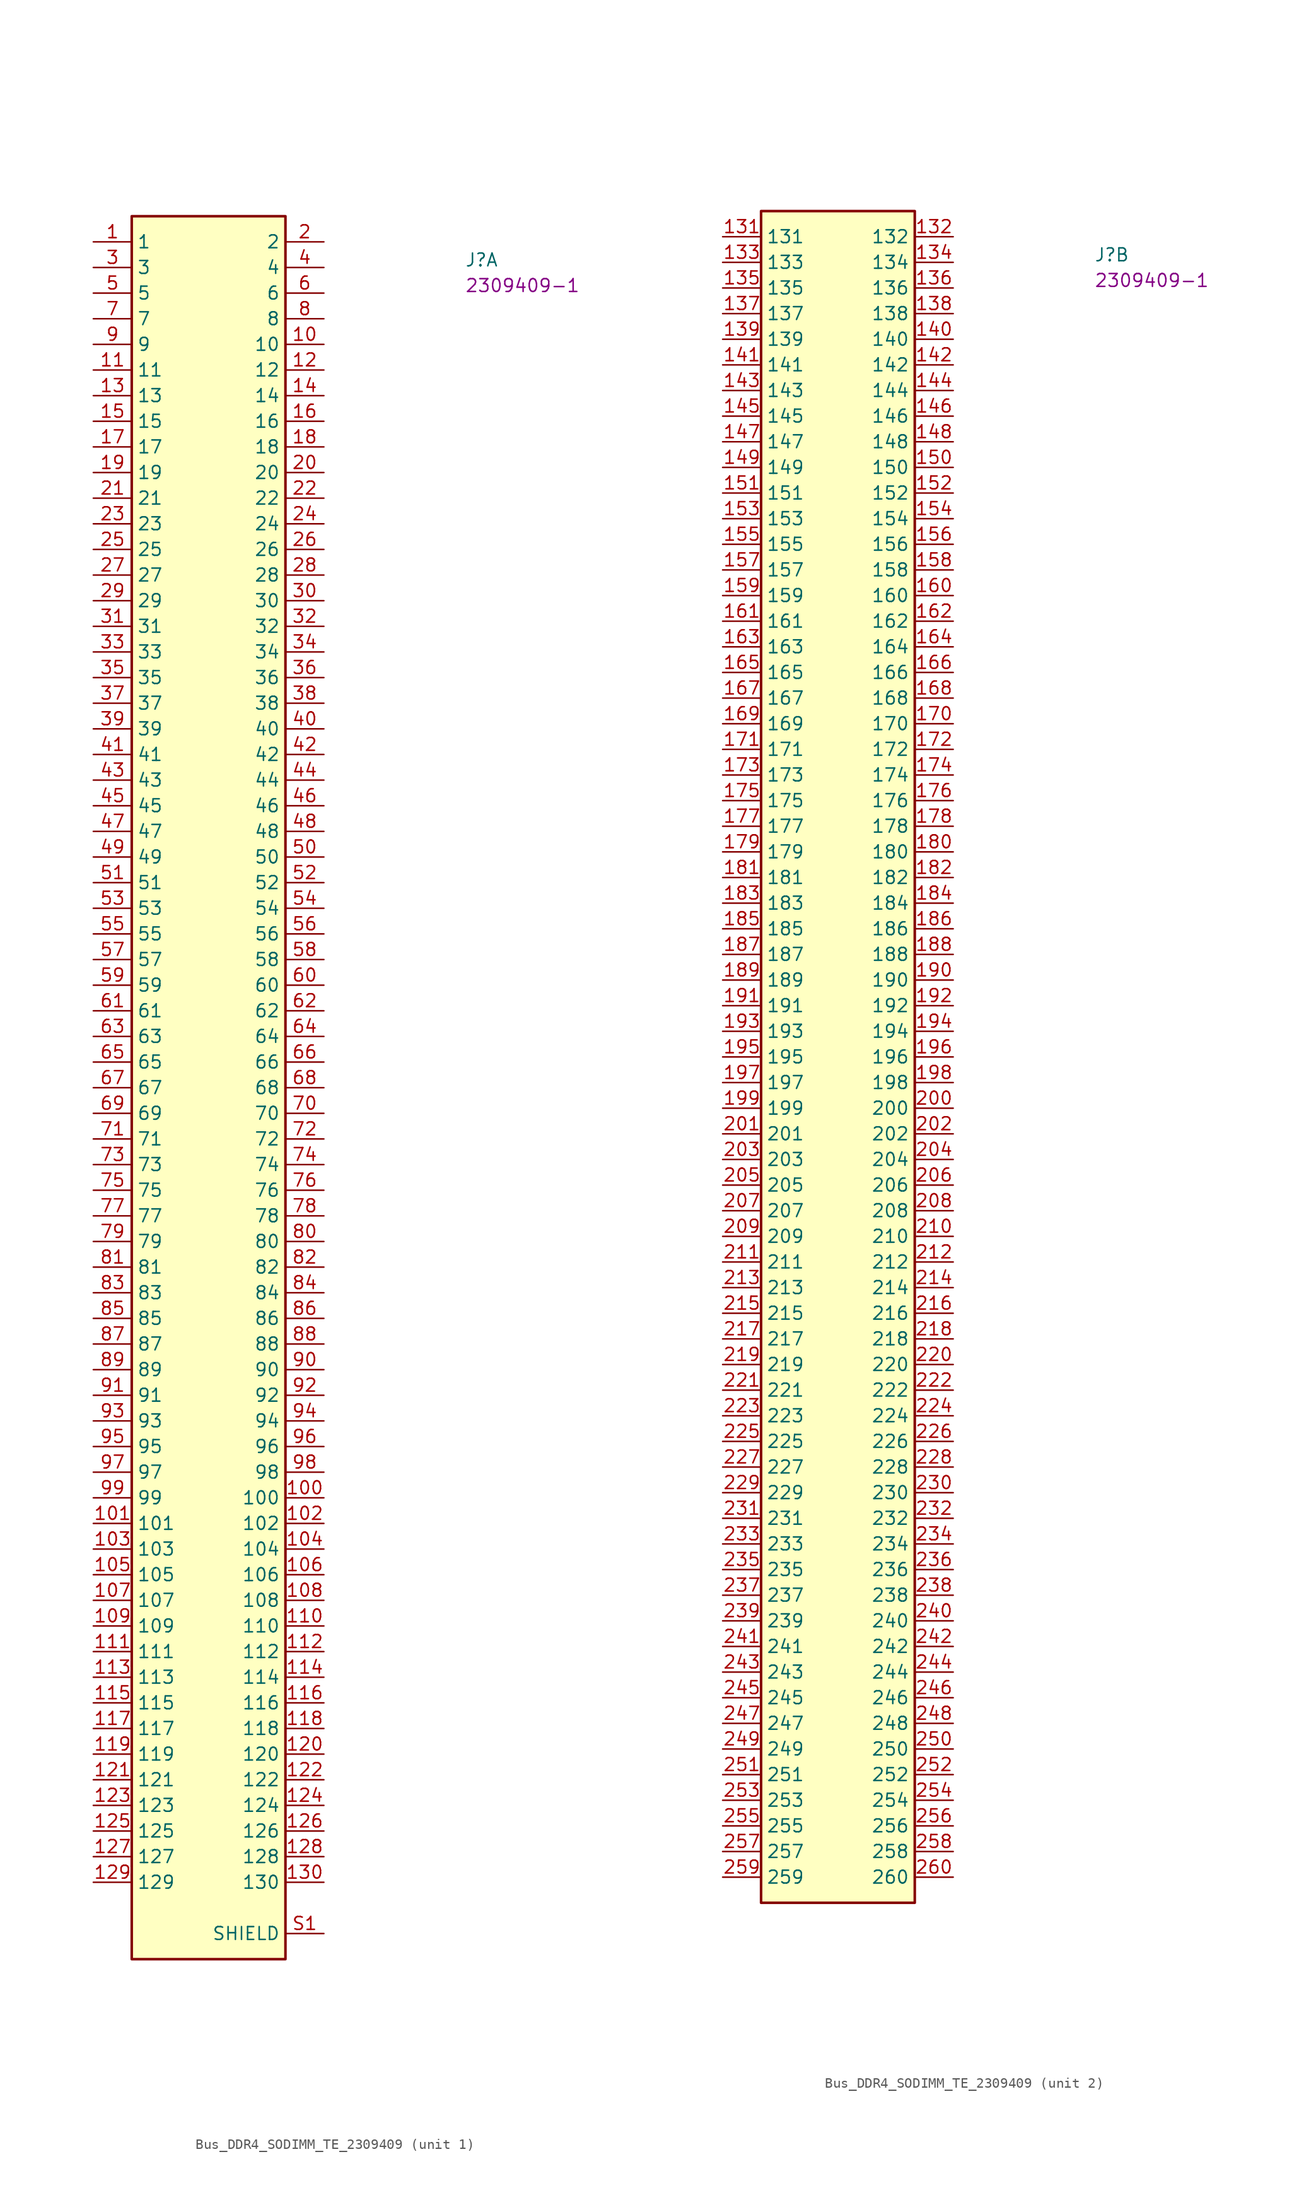
<source format=kicad_sym>
(kicad_symbol_lib
  (version 20220914)
  (generator kicad_symbol_editor)
  (symbol "Bus_DDR4_SODIMM_TE_2309409"
    (property "Reference" "J"
      (at 36.83 -2.54 0)
      (effects (font (size 1.27 1.27) (thickness 0.15)) (justify left bottom)))
    (property "MPN" "2309409-1"
      (at 36.83 -5.08 0)
      (effects (font (size 1.27 1.27) (thickness 0.15)) (justify left bottom)))
    (property "ki_locked" ""
      (at 0 0 0)
      (effects (font (size 1.27 1.27))))
    (symbol "Bus_DDR4_SODIMM_TE_2309409_1_1"
      (rectangle (start 3.81 2.54) (end 19.05 -170.18) (stroke (width 0.254) (type default)) (fill (type background)))
      (pin passive line (at 0 0 0) (length 3.81) (name "1" (effects (font (size 1.27 1.27)))) (number "1" (effects (font (size 1.27 1.27)))))
      (pin passive line (at 22.86 -10.16 180) (length 3.81) (name "10" (effects (font (size 1.27 1.27)))) (number "10" (effects (font (size 1.27 1.27)))))
      (pin passive line (at 22.86 -124.46 180) (length 3.81) (name "100" (effects (font (size 1.27 1.27)))) (number "100" (effects (font (size 1.27 1.27)))))
      (pin passive line (at 0 -127 0) (length 3.81) (name "101" (effects (font (size 1.27 1.27)))) (number "101" (effects (font (size 1.27 1.27)))))
      (pin passive line (at 22.86 -127 180) (length 3.81) (name "102" (effects (font (size 1.27 1.27)))) (number "102" (effects (font (size 1.27 1.27)))))
      (pin passive line (at 0 -129.54 0) (length 3.81) (name "103" (effects (font (size 1.27 1.27)))) (number "103" (effects (font (size 1.27 1.27)))))
      (pin passive line (at 22.86 -129.54 180) (length 3.81) (name "104" (effects (font (size 1.27 1.27)))) (number "104" (effects (font (size 1.27 1.27)))))
      (pin passive line (at 0 -132.08 0) (length 3.81) (name "105" (effects (font (size 1.27 1.27)))) (number "105" (effects (font (size 1.27 1.27)))))
      (pin passive line (at 22.86 -132.08 180) (length 3.81) (name "106" (effects (font (size 1.27 1.27)))) (number "106" (effects (font (size 1.27 1.27)))))
      (pin passive line (at 0 -134.62 0) (length 3.81) (name "107" (effects (font (size 1.27 1.27)))) (number "107" (effects (font (size 1.27 1.27)))))
      (pin passive line (at 22.86 -134.62 180) (length 3.81) (name "108" (effects (font (size 1.27 1.27)))) (number "108" (effects (font (size 1.27 1.27)))))
      (pin passive line (at 0 -137.16 0) (length 3.81) (name "109" (effects (font (size 1.27 1.27)))) (number "109" (effects (font (size 1.27 1.27)))))
      (pin passive line (at 0 -12.7 0) (length 3.81) (name "11" (effects (font (size 1.27 1.27)))) (number "11" (effects (font (size 1.27 1.27)))))
      (pin passive line (at 22.86 -137.16 180) (length 3.81) (name "110" (effects (font (size 1.27 1.27)))) (number "110" (effects (font (size 1.27 1.27)))))
      (pin passive line (at 0 -139.7 0) (length 3.81) (name "111" (effects (font (size 1.27 1.27)))) (number "111" (effects (font (size 1.27 1.27)))))
      (pin passive line (at 22.86 -139.7 180) (length 3.81) (name "112" (effects (font (size 1.27 1.27)))) (number "112" (effects (font (size 1.27 1.27)))))
      (pin passive line (at 0 -142.24 0) (length 3.81) (name "113" (effects (font (size 1.27 1.27)))) (number "113" (effects (font (size 1.27 1.27)))))
      (pin passive line (at 22.86 -142.24 180) (length 3.81) (name "114" (effects (font (size 1.27 1.27)))) (number "114" (effects (font (size 1.27 1.27)))))
      (pin passive line (at 0 -144.78 0) (length 3.81) (name "115" (effects (font (size 1.27 1.27)))) (number "115" (effects (font (size 1.27 1.27)))))
      (pin passive line (at 22.86 -144.78 180) (length 3.81) (name "116" (effects (font (size 1.27 1.27)))) (number "116" (effects (font (size 1.27 1.27)))))
      (pin passive line (at 0 -147.32 0) (length 3.81) (name "117" (effects (font (size 1.27 1.27)))) (number "117" (effects (font (size 1.27 1.27)))))
      (pin passive line (at 22.86 -147.32 180) (length 3.81) (name "118" (effects (font (size 1.27 1.27)))) (number "118" (effects (font (size 1.27 1.27)))))
      (pin passive line (at 0 -149.86 0) (length 3.81) (name "119" (effects (font (size 1.27 1.27)))) (number "119" (effects (font (size 1.27 1.27)))))
      (pin passive line (at 22.86 -12.7 180) (length 3.81) (name "12" (effects (font (size 1.27 1.27)))) (number "12" (effects (font (size 1.27 1.27)))))
      (pin passive line (at 22.86 -149.86 180) (length 3.81) (name "120" (effects (font (size 1.27 1.27)))) (number "120" (effects (font (size 1.27 1.27)))))
      (pin passive line (at 0 -152.4 0) (length 3.81) (name "121" (effects (font (size 1.27 1.27)))) (number "121" (effects (font (size 1.27 1.27)))))
      (pin passive line (at 22.86 -152.4 180) (length 3.81) (name "122" (effects (font (size 1.27 1.27)))) (number "122" (effects (font (size 1.27 1.27)))))
      (pin passive line (at 0 -154.94 0) (length 3.81) (name "123" (effects (font (size 1.27 1.27)))) (number "123" (effects (font (size 1.27 1.27)))))
      (pin passive line (at 22.86 -154.94 180) (length 3.81) (name "124" (effects (font (size 1.27 1.27)))) (number "124" (effects (font (size 1.27 1.27)))))
      (pin passive line (at 0 -157.48 0) (length 3.81) (name "125" (effects (font (size 1.27 1.27)))) (number "125" (effects (font (size 1.27 1.27)))))
      (pin passive line (at 22.86 -157.48 180) (length 3.81) (name "126" (effects (font (size 1.27 1.27)))) (number "126" (effects (font (size 1.27 1.27)))))
      (pin passive line (at 0 -160.02 0) (length 3.81) (name "127" (effects (font (size 1.27 1.27)))) (number "127" (effects (font (size 1.27 1.27)))))
      (pin passive line (at 22.86 -160.02 180) (length 3.81) (name "128" (effects (font (size 1.27 1.27)))) (number "128" (effects (font (size 1.27 1.27)))))
      (pin passive line (at 0 -162.56 0) (length 3.81) (name "129" (effects (font (size 1.27 1.27)))) (number "129" (effects (font (size 1.27 1.27)))))
      (pin passive line (at 0 -15.24 0) (length 3.81) (name "13" (effects (font (size 1.27 1.27)))) (number "13" (effects (font (size 1.27 1.27)))))
      (pin passive line (at 22.86 -162.56 180) (length 3.81) (name "130" (effects (font (size 1.27 1.27)))) (number "130" (effects (font (size 1.27 1.27)))))
      (pin passive line (at 22.86 -15.24 180) (length 3.81) (name "14" (effects (font (size 1.27 1.27)))) (number "14" (effects (font (size 1.27 1.27)))))
      (pin passive line (at 0 -17.78 0) (length 3.81) (name "15" (effects (font (size 1.27 1.27)))) (number "15" (effects (font (size 1.27 1.27)))))
      (pin passive line (at 22.86 -17.78 180) (length 3.81) (name "16" (effects (font (size 1.27 1.27)))) (number "16" (effects (font (size 1.27 1.27)))))
      (pin passive line (at 0 -20.32 0) (length 3.81) (name "17" (effects (font (size 1.27 1.27)))) (number "17" (effects (font (size 1.27 1.27)))))
      (pin passive line (at 22.86 -20.32 180) (length 3.81) (name "18" (effects (font (size 1.27 1.27)))) (number "18" (effects (font (size 1.27 1.27)))))
      (pin passive line (at 0 -22.86 0) (length 3.81) (name "19" (effects (font (size 1.27 1.27)))) (number "19" (effects (font (size 1.27 1.27)))))
      (pin passive line (at 22.86 0 180) (length 3.81) (name "2" (effects (font (size 1.27 1.27)))) (number "2" (effects (font (size 1.27 1.27)))))
      (pin passive line (at 22.86 -22.86 180) (length 3.81) (name "20" (effects (font (size 1.27 1.27)))) (number "20" (effects (font (size 1.27 1.27)))))
      (pin passive line (at 0 -25.4 0) (length 3.81) (name "21" (effects (font (size 1.27 1.27)))) (number "21" (effects (font (size 1.27 1.27)))))
      (pin passive line (at 22.86 -25.4 180) (length 3.81) (name "22" (effects (font (size 1.27 1.27)))) (number "22" (effects (font (size 1.27 1.27)))))
      (pin passive line (at 0 -27.94 0) (length 3.81) (name "23" (effects (font (size 1.27 1.27)))) (number "23" (effects (font (size 1.27 1.27)))))
      (pin passive line (at 22.86 -27.94 180) (length 3.81) (name "24" (effects (font (size 1.27 1.27)))) (number "24" (effects (font (size 1.27 1.27)))))
      (pin passive line (at 0 -30.48 0) (length 3.81) (name "25" (effects (font (size 1.27 1.27)))) (number "25" (effects (font (size 1.27 1.27)))))
      (pin passive line (at 22.86 -30.48 180) (length 3.81) (name "26" (effects (font (size 1.27 1.27)))) (number "26" (effects (font (size 1.27 1.27)))))
      (pin passive line (at 0 -33.02 0) (length 3.81) (name "27" (effects (font (size 1.27 1.27)))) (number "27" (effects (font (size 1.27 1.27)))))
      (pin passive line (at 22.86 -33.02 180) (length 3.81) (name "28" (effects (font (size 1.27 1.27)))) (number "28" (effects (font (size 1.27 1.27)))))
      (pin passive line (at 0 -35.56 0) (length 3.81) (name "29" (effects (font (size 1.27 1.27)))) (number "29" (effects (font (size 1.27 1.27)))))
      (pin passive line (at 0 -2.54 0) (length 3.81) (name "3" (effects (font (size 1.27 1.27)))) (number "3" (effects (font (size 1.27 1.27)))))
      (pin passive line (at 22.86 -35.56 180) (length 3.81) (name "30" (effects (font (size 1.27 1.27)))) (number "30" (effects (font (size 1.27 1.27)))))
      (pin passive line (at 0 -38.1 0) (length 3.81) (name "31" (effects (font (size 1.27 1.27)))) (number "31" (effects (font (size 1.27 1.27)))))
      (pin passive line (at 22.86 -38.1 180) (length 3.81) (name "32" (effects (font (size 1.27 1.27)))) (number "32" (effects (font (size 1.27 1.27)))))
      (pin passive line (at 0 -40.64 0) (length 3.81) (name "33" (effects (font (size 1.27 1.27)))) (number "33" (effects (font (size 1.27 1.27)))))
      (pin passive line (at 22.86 -40.64 180) (length 3.81) (name "34" (effects (font (size 1.27 1.27)))) (number "34" (effects (font (size 1.27 1.27)))))
      (pin passive line (at 0 -43.18 0) (length 3.81) (name "35" (effects (font (size 1.27 1.27)))) (number "35" (effects (font (size 1.27 1.27)))))
      (pin passive line (at 22.86 -43.18 180) (length 3.81) (name "36" (effects (font (size 1.27 1.27)))) (number "36" (effects (font (size 1.27 1.27)))))
      (pin passive line (at 0 -45.72 0) (length 3.81) (name "37" (effects (font (size 1.27 1.27)))) (number "37" (effects (font (size 1.27 1.27)))))
      (pin passive line (at 22.86 -45.72 180) (length 3.81) (name "38" (effects (font (size 1.27 1.27)))) (number "38" (effects (font (size 1.27 1.27)))))
      (pin passive line (at 0 -48.26 0) (length 3.81) (name "39" (effects (font (size 1.27 1.27)))) (number "39" (effects (font (size 1.27 1.27)))))
      (pin passive line (at 22.86 -2.54 180) (length 3.81) (name "4" (effects (font (size 1.27 1.27)))) (number "4" (effects (font (size 1.27 1.27)))))
      (pin passive line (at 22.86 -48.26 180) (length 3.81) (name "40" (effects (font (size 1.27 1.27)))) (number "40" (effects (font (size 1.27 1.27)))))
      (pin passive line (at 0 -50.8 0) (length 3.81) (name "41" (effects (font (size 1.27 1.27)))) (number "41" (effects (font (size 1.27 1.27)))))
      (pin passive line (at 22.86 -50.8 180) (length 3.81) (name "42" (effects (font (size 1.27 1.27)))) (number "42" (effects (font (size 1.27 1.27)))))
      (pin passive line (at 0 -53.34 0) (length 3.81) (name "43" (effects (font (size 1.27 1.27)))) (number "43" (effects (font (size 1.27 1.27)))))
      (pin passive line (at 22.86 -53.34 180) (length 3.81) (name "44" (effects (font (size 1.27 1.27)))) (number "44" (effects (font (size 1.27 1.27)))))
      (pin passive line (at 0 -55.88 0) (length 3.81) (name "45" (effects (font (size 1.27 1.27)))) (number "45" (effects (font (size 1.27 1.27)))))
      (pin passive line (at 22.86 -55.88 180) (length 3.81) (name "46" (effects (font (size 1.27 1.27)))) (number "46" (effects (font (size 1.27 1.27)))))
      (pin passive line (at 0 -58.42 0) (length 3.81) (name "47" (effects (font (size 1.27 1.27)))) (number "47" (effects (font (size 1.27 1.27)))))
      (pin passive line (at 22.86 -58.42 180) (length 3.81) (name "48" (effects (font (size 1.27 1.27)))) (number "48" (effects (font (size 1.27 1.27)))))
      (pin passive line (at 0 -60.96 0) (length 3.81) (name "49" (effects (font (size 1.27 1.27)))) (number "49" (effects (font (size 1.27 1.27)))))
      (pin passive line (at 0 -5.08 0) (length 3.81) (name "5" (effects (font (size 1.27 1.27)))) (number "5" (effects (font (size 1.27 1.27)))))
      (pin passive line (at 22.86 -60.96 180) (length 3.81) (name "50" (effects (font (size 1.27 1.27)))) (number "50" (effects (font (size 1.27 1.27)))))
      (pin passive line (at 0 -63.5 0) (length 3.81) (name "51" (effects (font (size 1.27 1.27)))) (number "51" (effects (font (size 1.27 1.27)))))
      (pin passive line (at 22.86 -63.5 180) (length 3.81) (name "52" (effects (font (size 1.27 1.27)))) (number "52" (effects (font (size 1.27 1.27)))))
      (pin passive line (at 0 -66.04 0) (length 3.81) (name "53" (effects (font (size 1.27 1.27)))) (number "53" (effects (font (size 1.27 1.27)))))
      (pin passive line (at 22.86 -66.04 180) (length 3.81) (name "54" (effects (font (size 1.27 1.27)))) (number "54" (effects (font (size 1.27 1.27)))))
      (pin passive line (at 0 -68.58 0) (length 3.81) (name "55" (effects (font (size 1.27 1.27)))) (number "55" (effects (font (size 1.27 1.27)))))
      (pin passive line (at 22.86 -68.58 180) (length 3.81) (name "56" (effects (font (size 1.27 1.27)))) (number "56" (effects (font (size 1.27 1.27)))))
      (pin passive line (at 0 -71.12 0) (length 3.81) (name "57" (effects (font (size 1.27 1.27)))) (number "57" (effects (font (size 1.27 1.27)))))
      (pin passive line (at 22.86 -71.12 180) (length 3.81) (name "58" (effects (font (size 1.27 1.27)))) (number "58" (effects (font (size 1.27 1.27)))))
      (pin passive line (at 0 -73.66 0) (length 3.81) (name "59" (effects (font (size 1.27 1.27)))) (number "59" (effects (font (size 1.27 1.27)))))
      (pin passive line (at 22.86 -5.08 180) (length 3.81) (name "6" (effects (font (size 1.27 1.27)))) (number "6" (effects (font (size 1.27 1.27)))))
      (pin passive line (at 22.86 -73.66 180) (length 3.81) (name "60" (effects (font (size 1.27 1.27)))) (number "60" (effects (font (size 1.27 1.27)))))
      (pin passive line (at 0 -76.2 0) (length 3.81) (name "61" (effects (font (size 1.27 1.27)))) (number "61" (effects (font (size 1.27 1.27)))))
      (pin passive line (at 22.86 -76.2 180) (length 3.81) (name "62" (effects (font (size 1.27 1.27)))) (number "62" (effects (font (size 1.27 1.27)))))
      (pin passive line (at 0 -78.74 0) (length 3.81) (name "63" (effects (font (size 1.27 1.27)))) (number "63" (effects (font (size 1.27 1.27)))))
      (pin passive line (at 22.86 -78.74 180) (length 3.81) (name "64" (effects (font (size 1.27 1.27)))) (number "64" (effects (font (size 1.27 1.27)))))
      (pin passive line (at 0 -81.28 0) (length 3.81) (name "65" (effects (font (size 1.27 1.27)))) (number "65" (effects (font (size 1.27 1.27)))))
      (pin passive line (at 22.86 -81.28 180) (length 3.81) (name "66" (effects (font (size 1.27 1.27)))) (number "66" (effects (font (size 1.27 1.27)))))
      (pin passive line (at 0 -83.82 0) (length 3.81) (name "67" (effects (font (size 1.27 1.27)))) (number "67" (effects (font (size 1.27 1.27)))))
      (pin passive line (at 22.86 -83.82 180) (length 3.81) (name "68" (effects (font (size 1.27 1.27)))) (number "68" (effects (font (size 1.27 1.27)))))
      (pin passive line (at 0 -86.36 0) (length 3.81) (name "69" (effects (font (size 1.27 1.27)))) (number "69" (effects (font (size 1.27 1.27)))))
      (pin passive line (at 0 -7.62 0) (length 3.81) (name "7" (effects (font (size 1.27 1.27)))) (number "7" (effects (font (size 1.27 1.27)))))
      (pin passive line (at 22.86 -86.36 180) (length 3.81) (name "70" (effects (font (size 1.27 1.27)))) (number "70" (effects (font (size 1.27 1.27)))))
      (pin passive line (at 0 -88.9 0) (length 3.81) (name "71" (effects (font (size 1.27 1.27)))) (number "71" (effects (font (size 1.27 1.27)))))
      (pin passive line (at 22.86 -88.9 180) (length 3.81) (name "72" (effects (font (size 1.27 1.27)))) (number "72" (effects (font (size 1.27 1.27)))))
      (pin passive line (at 0 -91.44 0) (length 3.81) (name "73" (effects (font (size 1.27 1.27)))) (number "73" (effects (font (size 1.27 1.27)))))
      (pin passive line (at 22.86 -91.44 180) (length 3.81) (name "74" (effects (font (size 1.27 1.27)))) (number "74" (effects (font (size 1.27 1.27)))))
      (pin passive line (at 0 -93.98 0) (length 3.81) (name "75" (effects (font (size 1.27 1.27)))) (number "75" (effects (font (size 1.27 1.27)))))
      (pin passive line (at 22.86 -93.98 180) (length 3.81) (name "76" (effects (font (size 1.27 1.27)))) (number "76" (effects (font (size 1.27 1.27)))))
      (pin passive line (at 0 -96.52 0) (length 3.81) (name "77" (effects (font (size 1.27 1.27)))) (number "77" (effects (font (size 1.27 1.27)))))
      (pin passive line (at 22.86 -96.52 180) (length 3.81) (name "78" (effects (font (size 1.27 1.27)))) (number "78" (effects (font (size 1.27 1.27)))))
      (pin passive line (at 0 -99.06 0) (length 3.81) (name "79" (effects (font (size 1.27 1.27)))) (number "79" (effects (font (size 1.27 1.27)))))
      (pin passive line (at 22.86 -7.62 180) (length 3.81) (name "8" (effects (font (size 1.27 1.27)))) (number "8" (effects (font (size 1.27 1.27)))))
      (pin passive line (at 22.86 -99.06 180) (length 3.81) (name "80" (effects (font (size 1.27 1.27)))) (number "80" (effects (font (size 1.27 1.27)))))
      (pin passive line (at 0 -101.6 0) (length 3.81) (name "81" (effects (font (size 1.27 1.27)))) (number "81" (effects (font (size 1.27 1.27)))))
      (pin passive line (at 22.86 -101.6 180) (length 3.81) (name "82" (effects (font (size 1.27 1.27)))) (number "82" (effects (font (size 1.27 1.27)))))
      (pin passive line (at 0 -104.14 0) (length 3.81) (name "83" (effects (font (size 1.27 1.27)))) (number "83" (effects (font (size 1.27 1.27)))))
      (pin passive line (at 22.86 -104.14 180) (length 3.81) (name "84" (effects (font (size 1.27 1.27)))) (number "84" (effects (font (size 1.27 1.27)))))
      (pin passive line (at 0 -106.68 0) (length 3.81) (name "85" (effects (font (size 1.27 1.27)))) (number "85" (effects (font (size 1.27 1.27)))))
      (pin passive line (at 22.86 -106.68 180) (length 3.81) (name "86" (effects (font (size 1.27 1.27)))) (number "86" (effects (font (size 1.27 1.27)))))
      (pin passive line (at 0 -109.22 0) (length 3.81) (name "87" (effects (font (size 1.27 1.27)))) (number "87" (effects (font (size 1.27 1.27)))))
      (pin passive line (at 22.86 -109.22 180) (length 3.81) (name "88" (effects (font (size 1.27 1.27)))) (number "88" (effects (font (size 1.27 1.27)))))
      (pin passive line (at 0 -111.76 0) (length 3.81) (name "89" (effects (font (size 1.27 1.27)))) (number "89" (effects (font (size 1.27 1.27)))))
      (pin passive line (at 0 -10.16 0) (length 3.81) (name "9" (effects (font (size 1.27 1.27)))) (number "9" (effects (font (size 1.27 1.27)))))
      (pin passive line (at 22.86 -111.76 180) (length 3.81) (name "90" (effects (font (size 1.27 1.27)))) (number "90" (effects (font (size 1.27 1.27)))))
      (pin passive line (at 0 -114.3 0) (length 3.81) (name "91" (effects (font (size 1.27 1.27)))) (number "91" (effects (font (size 1.27 1.27)))))
      (pin passive line (at 22.86 -114.3 180) (length 3.81) (name "92" (effects (font (size 1.27 1.27)))) (number "92" (effects (font (size 1.27 1.27)))))
      (pin passive line (at 0 -116.84 0) (length 3.81) (name "93" (effects (font (size 1.27 1.27)))) (number "93" (effects (font (size 1.27 1.27)))))
      (pin passive line (at 22.86 -116.84 180) (length 3.81) (name "94" (effects (font (size 1.27 1.27)))) (number "94" (effects (font (size 1.27 1.27)))))
      (pin passive line (at 0 -119.38 0) (length 3.81) (name "95" (effects (font (size 1.27 1.27)))) (number "95" (effects (font (size 1.27 1.27)))))
      (pin passive line (at 22.86 -119.38 180) (length 3.81) (name "96" (effects (font (size 1.27 1.27)))) (number "96" (effects (font (size 1.27 1.27)))))
      (pin passive line (at 0 -121.92 0) (length 3.81) (name "97" (effects (font (size 1.27 1.27)))) (number "97" (effects (font (size 1.27 1.27)))))
      (pin passive line (at 22.86 -121.92 180) (length 3.81) (name "98" (effects (font (size 1.27 1.27)))) (number "98" (effects (font (size 1.27 1.27)))))
      (pin passive line (at 0 -124.46 0) (length 3.81) (name "99" (effects (font (size 1.27 1.27)))) (number "99" (effects (font (size 1.27 1.27)))))
      (pin passive line (at 22.86 -167.64 180) (length 3.81) (name "SHIELD" (effects (font (size 1.27 1.27)))) (number "S1" (effects (font (size 1.27 1.27)))))
      (pin passive line (at 22.86 -167.64 180) (length 3.81) hide (name "SHIELD" (effects (font (size 1.27 1.27)))) (number "S2" (effects (font (size 1.27 1.27))))))
    (symbol "Bus_DDR4_SODIMM_TE_2309409_2_1"
      (rectangle (start 3.81 2.54) (end 19.05 -165.1) (stroke (width 0.254) (type default)) (fill (type background)))
      (pin passive line (at 0 0 0) (length 3.81) (name "131" (effects (font (size 1.27 1.27)))) (number "131" (effects (font (size 1.27 1.27)))))
      (pin passive line (at 22.86 0 180) (length 3.81) (name "132" (effects (font (size 1.27 1.27)))) (number "132" (effects (font (size 1.27 1.27)))))
      (pin passive line (at 0 -2.54 0) (length 3.81) (name "133" (effects (font (size 1.27 1.27)))) (number "133" (effects (font (size 1.27 1.27)))))
      (pin passive line (at 22.86 -2.54 180) (length 3.81) (name "134" (effects (font (size 1.27 1.27)))) (number "134" (effects (font (size 1.27 1.27)))))
      (pin passive line (at 0 -5.08 0) (length 3.81) (name "135" (effects (font (size 1.27 1.27)))) (number "135" (effects (font (size 1.27 1.27)))))
      (pin passive line (at 22.86 -5.08 180) (length 3.81) (name "136" (effects (font (size 1.27 1.27)))) (number "136" (effects (font (size 1.27 1.27)))))
      (pin passive line (at 0 -7.62 0) (length 3.81) (name "137" (effects (font (size 1.27 1.27)))) (number "137" (effects (font (size 1.27 1.27)))))
      (pin passive line (at 22.86 -7.62 180) (length 3.81) (name "138" (effects (font (size 1.27 1.27)))) (number "138" (effects (font (size 1.27 1.27)))))
      (pin passive line (at 0 -10.16 0) (length 3.81) (name "139" (effects (font (size 1.27 1.27)))) (number "139" (effects (font (size 1.27 1.27)))))
      (pin passive line (at 22.86 -10.16 180) (length 3.81) (name "140" (effects (font (size 1.27 1.27)))) (number "140" (effects (font (size 1.27 1.27)))))
      (pin passive line (at 0 -12.7 0) (length 3.81) (name "141" (effects (font (size 1.27 1.27)))) (number "141" (effects (font (size 1.27 1.27)))))
      (pin passive line (at 22.86 -12.7 180) (length 3.81) (name "142" (effects (font (size 1.27 1.27)))) (number "142" (effects (font (size 1.27 1.27)))))
      (pin passive line (at 0 -15.24 0) (length 3.81) (name "143" (effects (font (size 1.27 1.27)))) (number "143" (effects (font (size 1.27 1.27)))))
      (pin passive line (at 22.86 -15.24 180) (length 3.81) (name "144" (effects (font (size 1.27 1.27)))) (number "144" (effects (font (size 1.27 1.27)))))
      (pin passive line (at 0 -17.78 0) (length 3.81) (name "145" (effects (font (size 1.27 1.27)))) (number "145" (effects (font (size 1.27 1.27)))))
      (pin passive line (at 22.86 -17.78 180) (length 3.81) (name "146" (effects (font (size 1.27 1.27)))) (number "146" (effects (font (size 1.27 1.27)))))
      (pin passive line (at 0 -20.32 0) (length 3.81) (name "147" (effects (font (size 1.27 1.27)))) (number "147" (effects (font (size 1.27 1.27)))))
      (pin passive line (at 22.86 -20.32 180) (length 3.81) (name "148" (effects (font (size 1.27 1.27)))) (number "148" (effects (font (size 1.27 1.27)))))
      (pin passive line (at 0 -22.86 0) (length 3.81) (name "149" (effects (font (size 1.27 1.27)))) (number "149" (effects (font (size 1.27 1.27)))))
      (pin passive line (at 22.86 -22.86 180) (length 3.81) (name "150" (effects (font (size 1.27 1.27)))) (number "150" (effects (font (size 1.27 1.27)))))
      (pin passive line (at 0 -25.4 0) (length 3.81) (name "151" (effects (font (size 1.27 1.27)))) (number "151" (effects (font (size 1.27 1.27)))))
      (pin passive line (at 22.86 -25.4 180) (length 3.81) (name "152" (effects (font (size 1.27 1.27)))) (number "152" (effects (font (size 1.27 1.27)))))
      (pin passive line (at 0 -27.94 0) (length 3.81) (name "153" (effects (font (size 1.27 1.27)))) (number "153" (effects (font (size 1.27 1.27)))))
      (pin passive line (at 22.86 -27.94 180) (length 3.81) (name "154" (effects (font (size 1.27 1.27)))) (number "154" (effects (font (size 1.27 1.27)))))
      (pin passive line (at 0 -30.48 0) (length 3.81) (name "155" (effects (font (size 1.27 1.27)))) (number "155" (effects (font (size 1.27 1.27)))))
      (pin passive line (at 22.86 -30.48 180) (length 3.81) (name "156" (effects (font (size 1.27 1.27)))) (number "156" (effects (font (size 1.27 1.27)))))
      (pin passive line (at 0 -33.02 0) (length 3.81) (name "157" (effects (font (size 1.27 1.27)))) (number "157" (effects (font (size 1.27 1.27)))))
      (pin passive line (at 22.86 -33.02 180) (length 3.81) (name "158" (effects (font (size 1.27 1.27)))) (number "158" (effects (font (size 1.27 1.27)))))
      (pin passive line (at 0 -35.56 0) (length 3.81) (name "159" (effects (font (size 1.27 1.27)))) (number "159" (effects (font (size 1.27 1.27)))))
      (pin passive line (at 22.86 -35.56 180) (length 3.81) (name "160" (effects (font (size 1.27 1.27)))) (number "160" (effects (font (size 1.27 1.27)))))
      (pin passive line (at 0 -38.1 0) (length 3.81) (name "161" (effects (font (size 1.27 1.27)))) (number "161" (effects (font (size 1.27 1.27)))))
      (pin passive line (at 22.86 -38.1 180) (length 3.81) (name "162" (effects (font (size 1.27 1.27)))) (number "162" (effects (font (size 1.27 1.27)))))
      (pin passive line (at 0 -40.64 0) (length 3.81) (name "163" (effects (font (size 1.27 1.27)))) (number "163" (effects (font (size 1.27 1.27)))))
      (pin passive line (at 22.86 -40.64 180) (length 3.81) (name "164" (effects (font (size 1.27 1.27)))) (number "164" (effects (font (size 1.27 1.27)))))
      (pin passive line (at 0 -43.18 0) (length 3.81) (name "165" (effects (font (size 1.27 1.27)))) (number "165" (effects (font (size 1.27 1.27)))))
      (pin passive line (at 22.86 -43.18 180) (length 3.81) (name "166" (effects (font (size 1.27 1.27)))) (number "166" (effects (font (size 1.27 1.27)))))
      (pin passive line (at 0 -45.72 0) (length 3.81) (name "167" (effects (font (size 1.27 1.27)))) (number "167" (effects (font (size 1.27 1.27)))))
      (pin passive line (at 22.86 -45.72 180) (length 3.81) (name "168" (effects (font (size 1.27 1.27)))) (number "168" (effects (font (size 1.27 1.27)))))
      (pin passive line (at 0 -48.26 0) (length 3.81) (name "169" (effects (font (size 1.27 1.27)))) (number "169" (effects (font (size 1.27 1.27)))))
      (pin passive line (at 22.86 -48.26 180) (length 3.81) (name "170" (effects (font (size 1.27 1.27)))) (number "170" (effects (font (size 1.27 1.27)))))
      (pin passive line (at 0 -50.8 0) (length 3.81) (name "171" (effects (font (size 1.27 1.27)))) (number "171" (effects (font (size 1.27 1.27)))))
      (pin passive line (at 22.86 -50.8 180) (length 3.81) (name "172" (effects (font (size 1.27 1.27)))) (number "172" (effects (font (size 1.27 1.27)))))
      (pin passive line (at 0 -53.34 0) (length 3.81) (name "173" (effects (font (size 1.27 1.27)))) (number "173" (effects (font (size 1.27 1.27)))))
      (pin passive line (at 22.86 -53.34 180) (length 3.81) (name "174" (effects (font (size 1.27 1.27)))) (number "174" (effects (font (size 1.27 1.27)))))
      (pin passive line (at 0 -55.88 0) (length 3.81) (name "175" (effects (font (size 1.27 1.27)))) (number "175" (effects (font (size 1.27 1.27)))))
      (pin passive line (at 22.86 -55.88 180) (length 3.81) (name "176" (effects (font (size 1.27 1.27)))) (number "176" (effects (font (size 1.27 1.27)))))
      (pin passive line (at 0 -58.42 0) (length 3.81) (name "177" (effects (font (size 1.27 1.27)))) (number "177" (effects (font (size 1.27 1.27)))))
      (pin passive line (at 22.86 -58.42 180) (length 3.81) (name "178" (effects (font (size 1.27 1.27)))) (number "178" (effects (font (size 1.27 1.27)))))
      (pin passive line (at 0 -60.96 0) (length 3.81) (name "179" (effects (font (size 1.27 1.27)))) (number "179" (effects (font (size 1.27 1.27)))))
      (pin passive line (at 22.86 -60.96 180) (length 3.81) (name "180" (effects (font (size 1.27 1.27)))) (number "180" (effects (font (size 1.27 1.27)))))
      (pin passive line (at 0 -63.5 0) (length 3.81) (name "181" (effects (font (size 1.27 1.27)))) (number "181" (effects (font (size 1.27 1.27)))))
      (pin passive line (at 22.86 -63.5 180) (length 3.81) (name "182" (effects (font (size 1.27 1.27)))) (number "182" (effects (font (size 1.27 1.27)))))
      (pin passive line (at 0 -66.04 0) (length 3.81) (name "183" (effects (font (size 1.27 1.27)))) (number "183" (effects (font (size 1.27 1.27)))))
      (pin passive line (at 22.86 -66.04 180) (length 3.81) (name "184" (effects (font (size 1.27 1.27)))) (number "184" (effects (font (size 1.27 1.27)))))
      (pin passive line (at 0 -68.58 0) (length 3.81) (name "185" (effects (font (size 1.27 1.27)))) (number "185" (effects (font (size 1.27 1.27)))))
      (pin passive line (at 22.86 -68.58 180) (length 3.81) (name "186" (effects (font (size 1.27 1.27)))) (number "186" (effects (font (size 1.27 1.27)))))
      (pin passive line (at 0 -71.12 0) (length 3.81) (name "187" (effects (font (size 1.27 1.27)))) (number "187" (effects (font (size 1.27 1.27)))))
      (pin passive line (at 22.86 -71.12 180) (length 3.81) (name "188" (effects (font (size 1.27 1.27)))) (number "188" (effects (font (size 1.27 1.27)))))
      (pin passive line (at 0 -73.66 0) (length 3.81) (name "189" (effects (font (size 1.27 1.27)))) (number "189" (effects (font (size 1.27 1.27)))))
      (pin passive line (at 22.86 -73.66 180) (length 3.81) (name "190" (effects (font (size 1.27 1.27)))) (number "190" (effects (font (size 1.27 1.27)))))
      (pin passive line (at 0 -76.2 0) (length 3.81) (name "191" (effects (font (size 1.27 1.27)))) (number "191" (effects (font (size 1.27 1.27)))))
      (pin passive line (at 22.86 -76.2 180) (length 3.81) (name "192" (effects (font (size 1.27 1.27)))) (number "192" (effects (font (size 1.27 1.27)))))
      (pin passive line (at 0 -78.74 0) (length 3.81) (name "193" (effects (font (size 1.27 1.27)))) (number "193" (effects (font (size 1.27 1.27)))))
      (pin passive line (at 22.86 -78.74 180) (length 3.81) (name "194" (effects (font (size 1.27 1.27)))) (number "194" (effects (font (size 1.27 1.27)))))
      (pin passive line (at 0 -81.28 0) (length 3.81) (name "195" (effects (font (size 1.27 1.27)))) (number "195" (effects (font (size 1.27 1.27)))))
      (pin passive line (at 22.86 -81.28 180) (length 3.81) (name "196" (effects (font (size 1.27 1.27)))) (number "196" (effects (font (size 1.27 1.27)))))
      (pin passive line (at 0 -83.82 0) (length 3.81) (name "197" (effects (font (size 1.27 1.27)))) (number "197" (effects (font (size 1.27 1.27)))))
      (pin passive line (at 22.86 -83.82 180) (length 3.81) (name "198" (effects (font (size 1.27 1.27)))) (number "198" (effects (font (size 1.27 1.27)))))
      (pin passive line (at 0 -86.36 0) (length 3.81) (name "199" (effects (font (size 1.27 1.27)))) (number "199" (effects (font (size 1.27 1.27)))))
      (pin passive line (at 22.86 -86.36 180) (length 3.81) (name "200" (effects (font (size 1.27 1.27)))) (number "200" (effects (font (size 1.27 1.27)))))
      (pin passive line (at 0 -88.9 0) (length 3.81) (name "201" (effects (font (size 1.27 1.27)))) (number "201" (effects (font (size 1.27 1.27)))))
      (pin passive line (at 22.86 -88.9 180) (length 3.81) (name "202" (effects (font (size 1.27 1.27)))) (number "202" (effects (font (size 1.27 1.27)))))
      (pin passive line (at 0 -91.44 0) (length 3.81) (name "203" (effects (font (size 1.27 1.27)))) (number "203" (effects (font (size 1.27 1.27)))))
      (pin passive line (at 22.86 -91.44 180) (length 3.81) (name "204" (effects (font (size 1.27 1.27)))) (number "204" (effects (font (size 1.27 1.27)))))
      (pin passive line (at 0 -93.98 0) (length 3.81) (name "205" (effects (font (size 1.27 1.27)))) (number "205" (effects (font (size 1.27 1.27)))))
      (pin passive line (at 22.86 -93.98 180) (length 3.81) (name "206" (effects (font (size 1.27 1.27)))) (number "206" (effects (font (size 1.27 1.27)))))
      (pin passive line (at 0 -96.52 0) (length 3.81) (name "207" (effects (font (size 1.27 1.27)))) (number "207" (effects (font (size 1.27 1.27)))))
      (pin passive line (at 22.86 -96.52 180) (length 3.81) (name "208" (effects (font (size 1.27 1.27)))) (number "208" (effects (font (size 1.27 1.27)))))
      (pin passive line (at 0 -99.06 0) (length 3.81) (name "209" (effects (font (size 1.27 1.27)))) (number "209" (effects (font (size 1.27 1.27)))))
      (pin passive line (at 22.86 -99.06 180) (length 3.81) (name "210" (effects (font (size 1.27 1.27)))) (number "210" (effects (font (size 1.27 1.27)))))
      (pin passive line (at 0 -101.6 0) (length 3.81) (name "211" (effects (font (size 1.27 1.27)))) (number "211" (effects (font (size 1.27 1.27)))))
      (pin passive line (at 22.86 -101.6 180) (length 3.81) (name "212" (effects (font (size 1.27 1.27)))) (number "212" (effects (font (size 1.27 1.27)))))
      (pin passive line (at 0 -104.14 0) (length 3.81) (name "213" (effects (font (size 1.27 1.27)))) (number "213" (effects (font (size 1.27 1.27)))))
      (pin passive line (at 22.86 -104.14 180) (length 3.81) (name "214" (effects (font (size 1.27 1.27)))) (number "214" (effects (font (size 1.27 1.27)))))
      (pin passive line (at 0 -106.68 0) (length 3.81) (name "215" (effects (font (size 1.27 1.27)))) (number "215" (effects (font (size 1.27 1.27)))))
      (pin passive line (at 22.86 -106.68 180) (length 3.81) (name "216" (effects (font (size 1.27 1.27)))) (number "216" (effects (font (size 1.27 1.27)))))
      (pin passive line (at 0 -109.22 0) (length 3.81) (name "217" (effects (font (size 1.27 1.27)))) (number "217" (effects (font (size 1.27 1.27)))))
      (pin passive line (at 22.86 -109.22 180) (length 3.81) (name "218" (effects (font (size 1.27 1.27)))) (number "218" (effects (font (size 1.27 1.27)))))
      (pin passive line (at 0 -111.76 0) (length 3.81) (name "219" (effects (font (size 1.27 1.27)))) (number "219" (effects (font (size 1.27 1.27)))))
      (pin passive line (at 22.86 -111.76 180) (length 3.81) (name "220" (effects (font (size 1.27 1.27)))) (number "220" (effects (font (size 1.27 1.27)))))
      (pin passive line (at 0 -114.3 0) (length 3.81) (name "221" (effects (font (size 1.27 1.27)))) (number "221" (effects (font (size 1.27 1.27)))))
      (pin passive line (at 22.86 -114.3 180) (length 3.81) (name "222" (effects (font (size 1.27 1.27)))) (number "222" (effects (font (size 1.27 1.27)))))
      (pin passive line (at 0 -116.84 0) (length 3.81) (name "223" (effects (font (size 1.27 1.27)))) (number "223" (effects (font (size 1.27 1.27)))))
      (pin passive line (at 22.86 -116.84 180) (length 3.81) (name "224" (effects (font (size 1.27 1.27)))) (number "224" (effects (font (size 1.27 1.27)))))
      (pin passive line (at 0 -119.38 0) (length 3.81) (name "225" (effects (font (size 1.27 1.27)))) (number "225" (effects (font (size 1.27 1.27)))))
      (pin passive line (at 22.86 -119.38 180) (length 3.81) (name "226" (effects (font (size 1.27 1.27)))) (number "226" (effects (font (size 1.27 1.27)))))
      (pin passive line (at 0 -121.92 0) (length 3.81) (name "227" (effects (font (size 1.27 1.27)))) (number "227" (effects (font (size 1.27 1.27)))))
      (pin passive line (at 22.86 -121.92 180) (length 3.81) (name "228" (effects (font (size 1.27 1.27)))) (number "228" (effects (font (size 1.27 1.27)))))
      (pin passive line (at 0 -124.46 0) (length 3.81) (name "229" (effects (font (size 1.27 1.27)))) (number "229" (effects (font (size 1.27 1.27)))))
      (pin passive line (at 22.86 -124.46 180) (length 3.81) (name "230" (effects (font (size 1.27 1.27)))) (number "230" (effects (font (size 1.27 1.27)))))
      (pin passive line (at 0 -127 0) (length 3.81) (name "231" (effects (font (size 1.27 1.27)))) (number "231" (effects (font (size 1.27 1.27)))))
      (pin passive line (at 22.86 -127 180) (length 3.81) (name "232" (effects (font (size 1.27 1.27)))) (number "232" (effects (font (size 1.27 1.27)))))
      (pin passive line (at 0 -129.54 0) (length 3.81) (name "233" (effects (font (size 1.27 1.27)))) (number "233" (effects (font (size 1.27 1.27)))))
      (pin passive line (at 22.86 -129.54 180) (length 3.81) (name "234" (effects (font (size 1.27 1.27)))) (number "234" (effects (font (size 1.27 1.27)))))
      (pin passive line (at 0 -132.08 0) (length 3.81) (name "235" (effects (font (size 1.27 1.27)))) (number "235" (effects (font (size 1.27 1.27)))))
      (pin passive line (at 22.86 -132.08 180) (length 3.81) (name "236" (effects (font (size 1.27 1.27)))) (number "236" (effects (font (size 1.27 1.27)))))
      (pin passive line (at 0 -134.62 0) (length 3.81) (name "237" (effects (font (size 1.27 1.27)))) (number "237" (effects (font (size 1.27 1.27)))))
      (pin passive line (at 22.86 -134.62 180) (length 3.81) (name "238" (effects (font (size 1.27 1.27)))) (number "238" (effects (font (size 1.27 1.27)))))
      (pin passive line (at 0 -137.16 0) (length 3.81) (name "239" (effects (font (size 1.27 1.27)))) (number "239" (effects (font (size 1.27 1.27)))))
      (pin passive line (at 22.86 -137.16 180) (length 3.81) (name "240" (effects (font (size 1.27 1.27)))) (number "240" (effects (font (size 1.27 1.27)))))
      (pin passive line (at 0 -139.7 0) (length 3.81) (name "241" (effects (font (size 1.27 1.27)))) (number "241" (effects (font (size 1.27 1.27)))))
      (pin passive line (at 22.86 -139.7 180) (length 3.81) (name "242" (effects (font (size 1.27 1.27)))) (number "242" (effects (font (size 1.27 1.27)))))
      (pin passive line (at 0 -142.24 0) (length 3.81) (name "243" (effects (font (size 1.27 1.27)))) (number "243" (effects (font (size 1.27 1.27)))))
      (pin passive line (at 22.86 -142.24 180) (length 3.81) (name "244" (effects (font (size 1.27 1.27)))) (number "244" (effects (font (size 1.27 1.27)))))
      (pin passive line (at 0 -144.78 0) (length 3.81) (name "245" (effects (font (size 1.27 1.27)))) (number "245" (effects (font (size 1.27 1.27)))))
      (pin passive line (at 22.86 -144.78 180) (length 3.81) (name "246" (effects (font (size 1.27 1.27)))) (number "246" (effects (font (size 1.27 1.27)))))
      (pin passive line (at 0 -147.32 0) (length 3.81) (name "247" (effects (font (size 1.27 1.27)))) (number "247" (effects (font (size 1.27 1.27)))))
      (pin passive line (at 22.86 -147.32 180) (length 3.81) (name "248" (effects (font (size 1.27 1.27)))) (number "248" (effects (font (size 1.27 1.27)))))
      (pin passive line (at 0 -149.86 0) (length 3.81) (name "249" (effects (font (size 1.27 1.27)))) (number "249" (effects (font (size 1.27 1.27)))))
      (pin passive line (at 22.86 -149.86 180) (length 3.81) (name "250" (effects (font (size 1.27 1.27)))) (number "250" (effects (font (size 1.27 1.27)))))
      (pin passive line (at 0 -152.4 0) (length 3.81) (name "251" (effects (font (size 1.27 1.27)))) (number "251" (effects (font (size 1.27 1.27)))))
      (pin passive line (at 22.86 -152.4 180) (length 3.81) (name "252" (effects (font (size 1.27 1.27)))) (number "252" (effects (font (size 1.27 1.27)))))
      (pin passive line (at 0 -154.94 0) (length 3.81) (name "253" (effects (font (size 1.27 1.27)))) (number "253" (effects (font (size 1.27 1.27)))))
      (pin passive line (at 22.86 -154.94 180) (length 3.81) (name "254" (effects (font (size 1.27 1.27)))) (number "254" (effects (font (size 1.27 1.27)))))
      (pin passive line (at 0 -157.48 0) (length 3.81) (name "255" (effects (font (size 1.27 1.27)))) (number "255" (effects (font (size 1.27 1.27)))))
      (pin passive line (at 22.86 -157.48 180) (length 3.81) (name "256" (effects (font (size 1.27 1.27)))) (number "256" (effects (font (size 1.27 1.27)))))
      (pin passive line (at 0 -160.02 0) (length 3.81) (name "257" (effects (font (size 1.27 1.27)))) (number "257" (effects (font (size 1.27 1.27)))))
      (pin passive line (at 22.86 -160.02 180) (length 3.81) (name "258" (effects (font (size 1.27 1.27)))) (number "258" (effects (font (size 1.27 1.27)))))
      (pin passive line (at 0 -162.56 0) (length 3.81) (name "259" (effects (font (size 1.27 1.27)))) (number "259" (effects (font (size 1.27 1.27)))))
      (pin passive line (at 22.86 -162.56 180) (length 3.81) (name "260" (effects (font (size 1.27 1.27)))) (number "260" (effects (font (size 1.27 1.27))))))))
</source>
